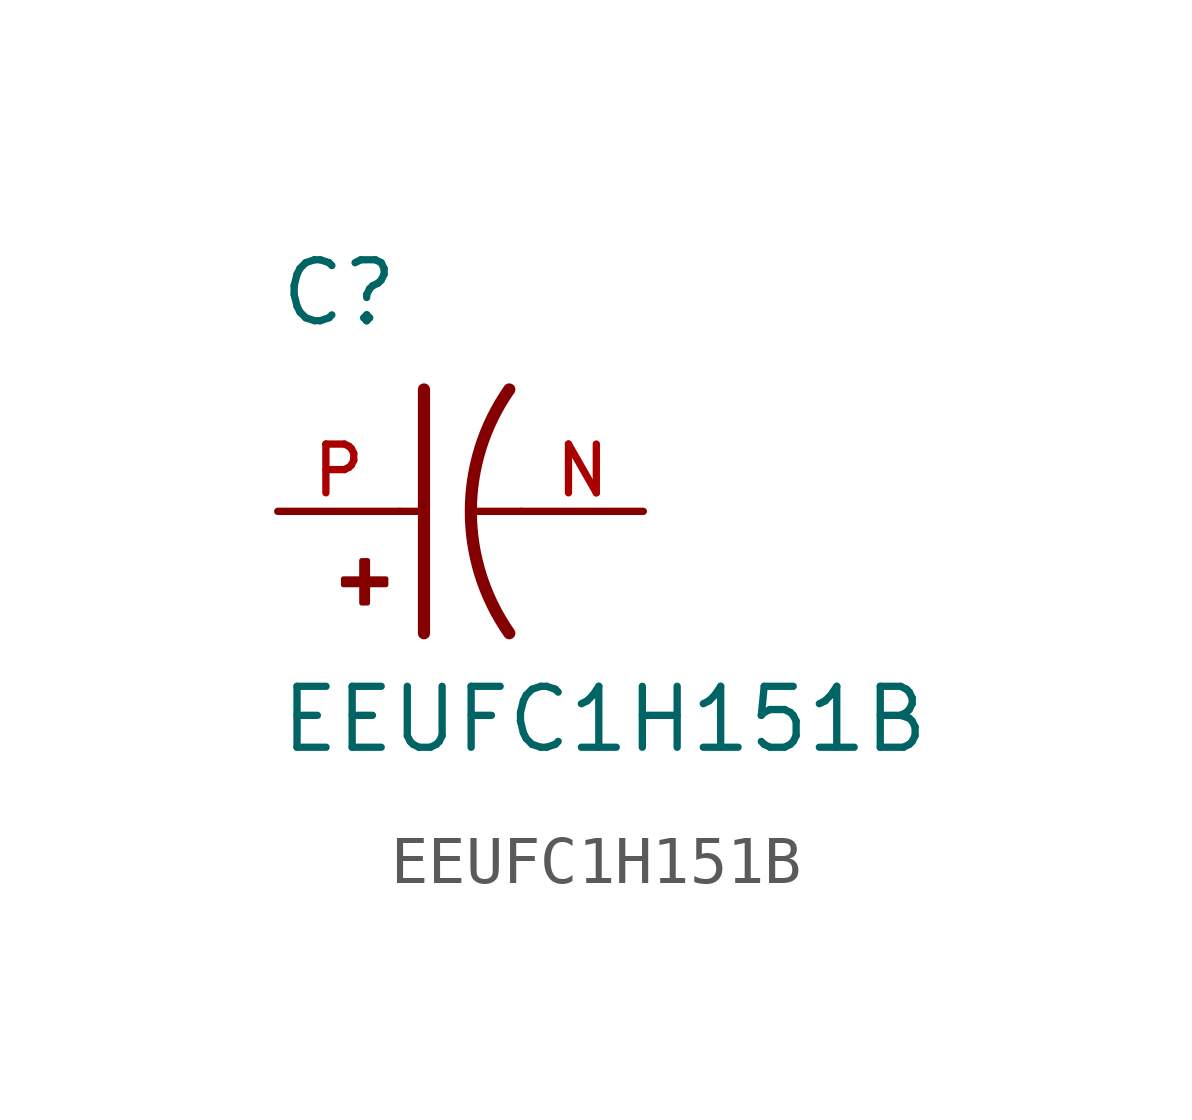
<source format=kicad_sym>
(kicad_symbol_lib
  (version 20211014)
  (generator kicad_symbol_editor)
  (symbol "EEUFC1H151B"
    (pin_names
      (offset 1.016))
    (property "Reference" "C"
      (at -2.54 3.81 0)
      (effects (font (size 1.27 1.27)) (justify bottom left)))
    (property "Value" "EEUFC1H151B"
      (at -2.54 -5.08 0)
      (effects (font (size 1.27 1.27)) (justify bottom left)))
    (symbol "EEUFC1H151B_0_0"
      (arc (start 2.286 -2.54) (mid 1.4851 -0.0) (end 2.286 2.54) (stroke (width 0.254) (type default) (color 0 0 0 0)) (fill (type none)))
      (polyline (pts (xy 0.508 2.54) (xy 0.508 0.0)) (stroke (width 0.254)))
      (rectangle (start -1.173 -1.532) (end -0.284 -1.405) (stroke (width 0.1)) (fill (type outline)))
      (rectangle (start -0.792 -1.913) (end -0.665 -1.024) (stroke (width 0.1)) (fill (type outline)))
      (polyline (pts (xy 0.508 0.0) (xy 0.508 -2.54)) (stroke (width 0.254)))
      (polyline (pts (xy 0.0 0.0) (xy 0.508 0.0)) (stroke (width 0.152)))
      (polyline (pts (xy 2.54 0.0) (xy 1.524 0.0)) (stroke (width 0.152)))
      (pin passive line (at -2.54 0.0 0) (length 2.54) (name "~" (effects (font (size 1.016 1.016)))) (number "P" (effects (font (size 1.016 1.016)))))
      (pin passive line (at 5.08 0.0 180.0) (length 2.54) (name "~" (effects (font (size 1.016 1.016)))) (number "N" (effects (font (size 1.016 1.016))))))))
</source>
